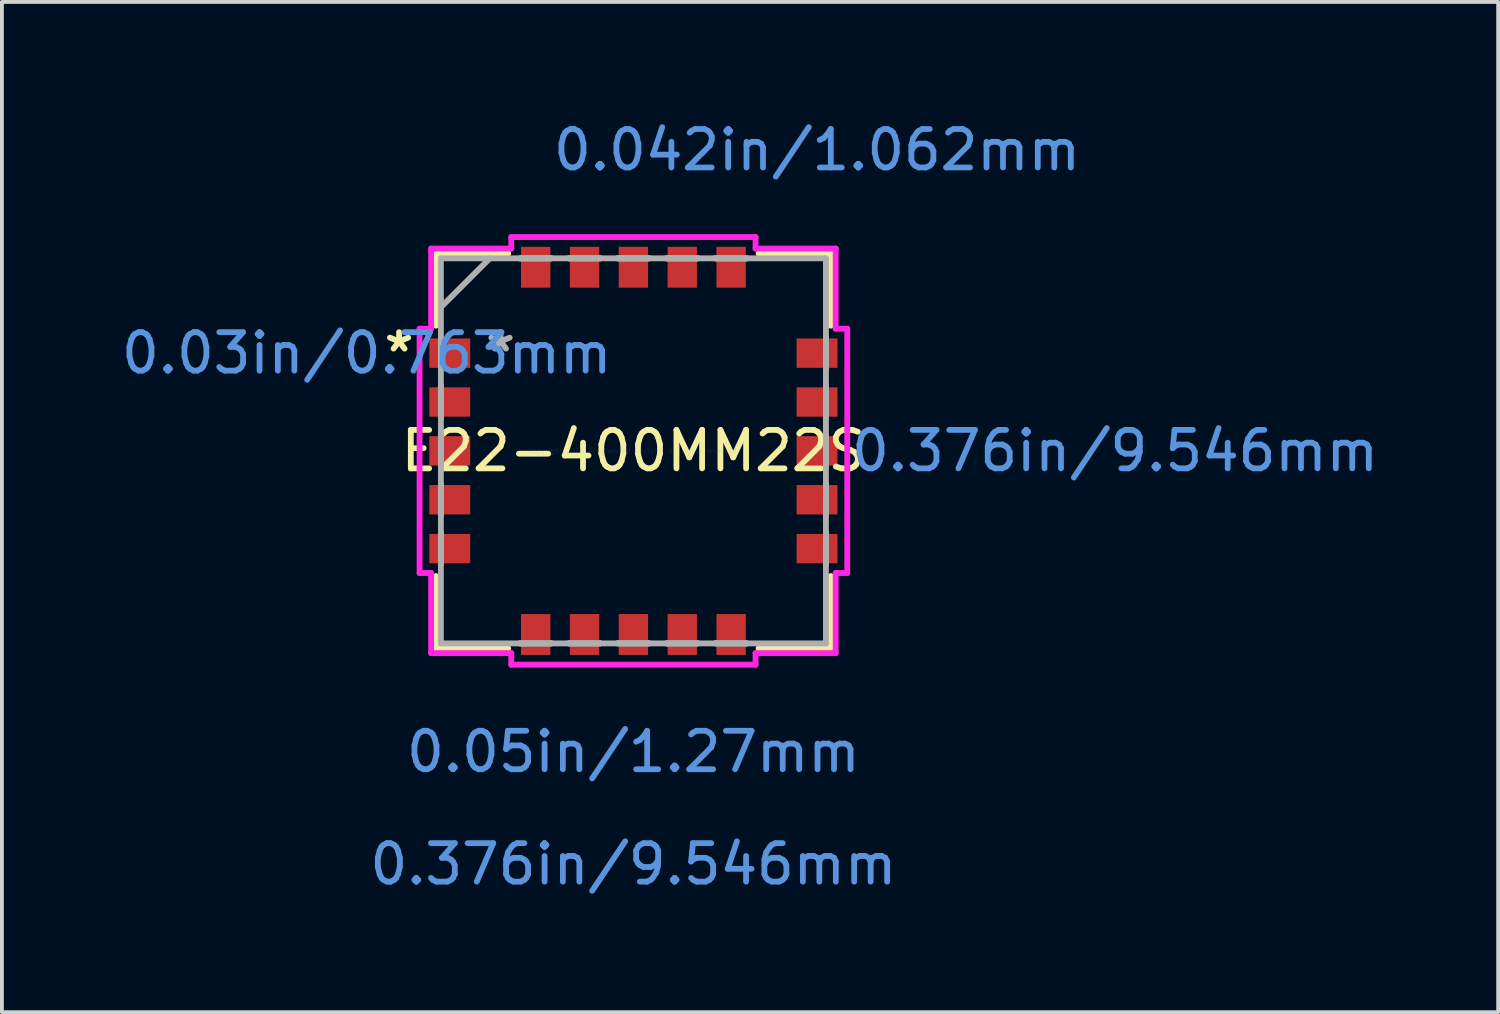
<source format=kicad_pcb>
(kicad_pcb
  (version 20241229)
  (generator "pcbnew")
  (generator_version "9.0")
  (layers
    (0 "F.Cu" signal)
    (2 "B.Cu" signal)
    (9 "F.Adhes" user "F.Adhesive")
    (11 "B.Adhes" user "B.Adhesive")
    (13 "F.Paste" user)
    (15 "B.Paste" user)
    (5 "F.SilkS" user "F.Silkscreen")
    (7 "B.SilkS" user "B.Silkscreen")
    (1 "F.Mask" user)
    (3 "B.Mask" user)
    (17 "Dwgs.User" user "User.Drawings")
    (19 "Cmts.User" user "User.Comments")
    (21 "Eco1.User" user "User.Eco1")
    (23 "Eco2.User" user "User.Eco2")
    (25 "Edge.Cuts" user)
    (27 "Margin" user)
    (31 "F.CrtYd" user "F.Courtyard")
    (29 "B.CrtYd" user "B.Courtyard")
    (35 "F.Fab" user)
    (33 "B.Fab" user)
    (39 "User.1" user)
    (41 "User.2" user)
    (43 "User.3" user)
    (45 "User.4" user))
  (footprint "E22-400MM22S"
    (layer "F.Cu")
    (at 13.414 8.669)
    (property "Reference" "E22-400MM22S" (at 0 0 0) (layer "F.SilkS") (effects (font (size 1 1) (thickness 0.15))))
    (attr through_hole)
    (fp_line (start -5.131 -5.131) (end -5.131 -3.254) (stroke (width 0.152) (type solid)) (layer "F.SilkS"))
    (fp_line (start -5.131 3.254) (end -5.131 5.131) (stroke (width 0.152) (type solid)) (layer "F.SilkS"))
    (fp_line (start -5.131 5.131) (end -3.254 5.131) (stroke (width 0.152) (type solid)) (layer "F.SilkS"))
    (fp_line (start -3.254 -5.131) (end -5.131 -5.131) (stroke (width 0.152) (type solid)) (layer "F.SilkS"))
    (fp_line (start 3.254 5.131) (end 5.131 5.131) (stroke (width 0.152) (type solid)) (layer "F.SilkS"))
    (fp_line (start 5.131 -5.131) (end 3.254 -5.131) (stroke (width 0.152) (type solid)) (layer "F.SilkS"))
    (fp_line (start 5.131 -3.254) (end 5.131 -5.131) (stroke (width 0.152) (type solid)) (layer "F.SilkS"))
    (fp_line (start 5.131 5.131) (end 5.131 3.254) (stroke (width 0.152) (type solid)) (layer "F.SilkS"))
    (fp_line (start -5.558 -3.175) (end -5.258 -3.175) (stroke (width 0.152) (type solid)) (layer "F.CrtYd"))
    (fp_line (start -5.558 3.175) (end -5.558 -3.175) (stroke (width 0.152) (type solid)) (layer "F.CrtYd"))
    (fp_line (start -5.258 -5.258) (end -3.175 -5.258) (stroke (width 0.152) (type solid)) (layer "F.CrtYd"))
    (fp_line (start -5.258 -3.175) (end -5.258 -5.258) (stroke (width 0.152) (type solid)) (layer "F.CrtYd"))
    (fp_line (start -5.258 3.175) (end -5.558 3.175) (stroke (width 0.152) (type solid)) (layer "F.CrtYd"))
    (fp_line (start -5.258 5.258) (end -5.258 3.175) (stroke (width 0.152) (type solid)) (layer "F.CrtYd"))
    (fp_line (start -3.175 -5.558) (end 3.175 -5.558) (stroke (width 0.152) (type solid)) (layer "F.CrtYd"))
    (fp_line (start -3.175 -5.258) (end -3.175 -5.558) (stroke (width 0.152) (type solid)) (layer "F.CrtYd"))
    (fp_line (start -3.175 5.258) (end -5.258 5.258) (stroke (width 0.152) (type solid)) (layer "F.CrtYd"))
    (fp_line (start -3.175 5.558) (end -3.175 5.258) (stroke (width 0.152) (type solid)) (layer "F.CrtYd"))
    (fp_line (start 3.175 -5.558) (end 3.175 -5.258) (stroke (width 0.152) (type solid)) (layer "F.CrtYd"))
    (fp_line (start 3.175 -5.258) (end 5.258 -5.258) (stroke (width 0.152) (type solid)) (layer "F.CrtYd"))
    (fp_line (start 3.175 5.258) (end 3.175 5.558) (stroke (width 0.152) (type solid)) (layer "F.CrtYd"))
    (fp_line (start 3.175 5.558) (end -3.175 5.558) (stroke (width 0.152) (type solid)) (layer "F.CrtYd"))
    (fp_line (start 5.258 -5.258) (end 5.258 -3.175) (stroke (width 0.152) (type solid)) (layer "F.CrtYd"))
    (fp_line (start 5.258 -3.175) (end 5.558 -3.175) (stroke (width 0.152) (type solid)) (layer "F.CrtYd"))
    (fp_line (start 5.258 3.175) (end 5.258 5.258) (stroke (width 0.152) (type solid)) (layer "F.CrtYd"))
    (fp_line (start 5.258 5.258) (end 3.175 5.258) (stroke (width 0.152) (type solid)) (layer "F.CrtYd"))
    (fp_line (start 5.558 -3.175) (end 5.558 3.175) (stroke (width 0.152) (type solid)) (layer "F.CrtYd"))
    (fp_line (start 5.558 3.175) (end 5.258 3.175) (stroke (width 0.152) (type solid)) (layer "F.CrtYd"))
    (fp_line (start -5.004 -5.004) (end -5.004 5.004) (stroke (width 0.152) (type solid)) (layer "F.Fab"))
    (fp_line (start -5.004 -3.734) (end -3.734 -5.004) (stroke (width 0.152) (type solid)) (layer "F.Fab"))
    (fp_line (start -5.004 -2.946) (end -5.004 -2.946) (stroke (width 0.152) (type solid)) (layer "F.Fab"))
    (fp_line (start -5.004 -2.946) (end -5.004 -2.134) (stroke (width 0.152) (type solid)) (layer "F.Fab"))
    (fp_line (start -5.004 -2.134) (end -5.004 -2.946) (stroke (width 0.152) (type solid)) (layer "F.Fab"))
    (fp_line (start -5.004 -2.134) (end -5.004 -2.134) (stroke (width 0.152) (type solid)) (layer "F.Fab"))
    (fp_line (start -5.004 -1.676) (end -5.004 -1.676) (stroke (width 0.152) (type solid)) (layer "F.Fab"))
    (fp_line (start -5.004 -1.676) (end -5.004 -0.864) (stroke (width 0.152) (type solid)) (layer "F.Fab"))
    (fp_line (start -5.004 -0.864) (end -5.004 -1.676) (stroke (width 0.152) (type solid)) (layer "F.Fab"))
    (fp_line (start -5.004 -0.864) (end -5.004 -0.864) (stroke (width 0.152) (type solid)) (layer "F.Fab"))
    (fp_line (start -5.004 -0.406) (end -5.004 -0.406) (stroke (width 0.152) (type solid)) (layer "F.Fab"))
    (fp_line (start -5.004 -0.406) (end -5.004 0.406) (stroke (width 0.152) (type solid)) (layer "F.Fab"))
    (fp_line (start -5.004 0.406) (end -5.004 -0.406) (stroke (width 0.152) (type solid)) (layer "F.Fab"))
    (fp_line (start -5.004 0.406) (end -5.004 0.406) (stroke (width 0.152) (type solid)) (layer "F.Fab"))
    (fp_line (start -5.004 0.864) (end -5.004 0.864) (stroke (width 0.152) (type solid)) (layer "F.Fab"))
    (fp_line (start -5.004 0.864) (end -5.004 1.676) (stroke (width 0.152) (type solid)) (layer "F.Fab"))
    (fp_line (start -5.004 1.676) (end -5.004 0.864) (stroke (width 0.152) (type solid)) (layer "F.Fab"))
    (fp_line (start -5.004 1.676) (end -5.004 1.676) (stroke (width 0.152) (type solid)) (layer "F.Fab"))
    (fp_line (start -5.004 2.134) (end -5.004 2.134) (stroke (width 0.152) (type solid)) (layer "F.Fab"))
    (fp_line (start -5.004 2.134) (end -5.004 2.946) (stroke (width 0.152) (type solid)) (layer "F.Fab"))
    (fp_line (start -5.004 2.946) (end -5.004 2.134) (stroke (width 0.152) (type solid)) (layer "F.Fab"))
    (fp_line (start -5.004 2.946) (end -5.004 2.946) (stroke (width 0.152) (type solid)) (layer "F.Fab"))
    (fp_line (start -5.004 5.004) (end 5.004 5.004) (stroke (width 0.152) (type solid)) (layer "F.Fab"))
    (fp_line (start -2.946 -5.004) (end -2.946 -5.004) (stroke (width 0.152) (type solid)) (layer "F.Fab"))
    (fp_line (start -2.946 -5.004) (end -2.134 -5.004) (stroke (width 0.152) (type solid)) (layer "F.Fab"))
    (fp_line (start -2.946 5.004) (end -2.946 5.004) (stroke (width 0.152) (type solid)) (layer "F.Fab"))
    (fp_line (start -2.946 5.004) (end -2.134 5.004) (stroke (width 0.152) (type solid)) (layer "F.Fab"))
    (fp_line (start -2.134 -5.004) (end -2.946 -5.004) (stroke (width 0.152) (type solid)) (layer "F.Fab"))
    (fp_line (start -2.134 -5.004) (end -2.134 -5.004) (stroke (width 0.152) (type solid)) (layer "F.Fab"))
    (fp_line (start -2.134 5.004) (end -2.946 5.004) (stroke (width 0.152) (type solid)) (layer "F.Fab"))
    (fp_line (start -2.134 5.004) (end -2.134 5.004) (stroke (width 0.152) (type solid)) (layer "F.Fab"))
    (fp_line (start -1.676 -5.004) (end -1.676 -5.004) (stroke (width 0.152) (type solid)) (layer "F.Fab"))
    (fp_line (start -1.676 -5.004) (end -0.864 -5.004) (stroke (width 0.152) (type solid)) (layer "F.Fab"))
    (fp_line (start -1.676 5.004) (end -1.676 5.004) (stroke (width 0.152) (type solid)) (layer "F.Fab"))
    (fp_line (start -1.676 5.004) (end -0.864 5.004) (stroke (width 0.152) (type solid)) (layer "F.Fab"))
    (fp_line (start -0.864 -5.004) (end -1.676 -5.004) (stroke (width 0.152) (type solid)) (layer "F.Fab"))
    (fp_line (start -0.864 -5.004) (end -0.864 -5.004) (stroke (width 0.152) (type solid)) (layer "F.Fab"))
    (fp_line (start -0.864 5.004) (end -1.676 5.004) (stroke (width 0.152) (type solid)) (layer "F.Fab"))
    (fp_line (start -0.864 5.004) (end -0.864 5.004) (stroke (width 0.152) (type solid)) (layer "F.Fab"))
    (fp_line (start -0.406 -5.004) (end -0.406 -5.004) (stroke (width 0.152) (type solid)) (layer "F.Fab"))
    (fp_line (start -0.406 -5.004) (end 0.406 -5.004) (stroke (width 0.152) (type solid)) (layer "F.Fab"))
    (fp_line (start -0.406 5.004) (end -0.406 5.004) (stroke (width 0.152) (type solid)) (layer "F.Fab"))
    (fp_line (start -0.406 5.004) (end 0.406 5.004) (stroke (width 0.152) (type solid)) (layer "F.Fab"))
    (fp_line (start 0.406 -5.004) (end -0.406 -5.004) (stroke (width 0.152) (type solid)) (layer "F.Fab"))
    (fp_line (start 0.406 -5.004) (end 0.406 -5.004) (stroke (width 0.152) (type solid)) (layer "F.Fab"))
    (fp_line (start 0.406 5.004) (end -0.406 5.004) (stroke (width 0.152) (type solid)) (layer "F.Fab"))
    (fp_line (start 0.406 5.004) (end 0.406 5.004) (stroke (width 0.152) (type solid)) (layer "F.Fab"))
    (fp_line (start 0.864 -5.004) (end 0.864 -5.004) (stroke (width 0.152) (type solid)) (layer "F.Fab"))
    (fp_line (start 0.864 -5.004) (end 1.676 -5.004) (stroke (width 0.152) (type solid)) (layer "F.Fab"))
    (fp_line (start 0.864 5.004) (end 0.864 5.004) (stroke (width 0.152) (type solid)) (layer "F.Fab"))
    (fp_line (start 0.864 5.004) (end 1.676 5.004) (stroke (width 0.152) (type solid)) (layer "F.Fab"))
    (fp_line (start 1.676 -5.004) (end 0.864 -5.004) (stroke (width 0.152) (type solid)) (layer "F.Fab"))
    (fp_line (start 1.676 -5.004) (end 1.676 -5.004) (stroke (width 0.152) (type solid)) (layer "F.Fab"))
    (fp_line (start 1.676 5.004) (end 0.864 5.004) (stroke (width 0.152) (type solid)) (layer "F.Fab"))
    (fp_line (start 1.676 5.004) (end 1.676 5.004) (stroke (width 0.152) (type solid)) (layer "F.Fab"))
    (fp_line (start 2.134 -5.004) (end 2.134 -5.004) (stroke (width 0.152) (type solid)) (layer "F.Fab"))
    (fp_line (start 2.134 -5.004) (end 2.946 -5.004) (stroke (width 0.152) (type solid)) (layer "F.Fab"))
    (fp_line (start 2.134 5.004) (end 2.134 5.004) (stroke (width 0.152) (type solid)) (layer "F.Fab"))
    (fp_line (start 2.134 5.004) (end 2.946 5.004) (stroke (width 0.152) (type solid)) (layer "F.Fab"))
    (fp_line (start 2.946 -5.004) (end 2.134 -5.004) (stroke (width 0.152) (type solid)) (layer "F.Fab"))
    (fp_line (start 2.946 -5.004) (end 2.946 -5.004) (stroke (width 0.152) (type solid)) (layer "F.Fab"))
    (fp_line (start 2.946 5.004) (end 2.134 5.004) (stroke (width 0.152) (type solid)) (layer "F.Fab"))
    (fp_line (start 2.946 5.004) (end 2.946 5.004) (stroke (width 0.152) (type solid)) (layer "F.Fab"))
    (fp_line (start 5.004 -5.004) (end -5.004 -5.004) (stroke (width 0.152) (type solid)) (layer "F.Fab"))
    (fp_line (start 5.004 -2.946) (end 5.004 -2.946) (stroke (width 0.152) (type solid)) (layer "F.Fab"))
    (fp_line (start 5.004 -2.946) (end 5.004 -2.134) (stroke (width 0.152) (type solid)) (layer "F.Fab"))
    (fp_line (start 5.004 -2.134) (end 5.004 -2.946) (stroke (width 0.152) (type solid)) (layer "F.Fab"))
    (fp_line (start 5.004 -2.134) (end 5.004 -2.134) (stroke (width 0.152) (type solid)) (layer "F.Fab"))
    (fp_line (start 5.004 -1.676) (end 5.004 -1.676) (stroke (width 0.152) (type solid)) (layer "F.Fab"))
    (fp_line (start 5.004 -1.676) (end 5.004 -0.864) (stroke (width 0.152) (type solid)) (layer "F.Fab"))
    (fp_line (start 5.004 -0.864) (end 5.004 -1.676) (stroke (width 0.152) (type solid)) (layer "F.Fab"))
    (fp_line (start 5.004 -0.864) (end 5.004 -0.864) (stroke (width 0.152) (type solid)) (layer "F.Fab"))
    (fp_line (start 5.004 -0.406) (end 5.004 -0.406) (stroke (width 0.152) (type solid)) (layer "F.Fab"))
    (fp_line (start 5.004 -0.406) (end 5.004 0.406) (stroke (width 0.152) (type solid)) (layer "F.Fab"))
    (fp_line (start 5.004 0.406) (end 5.004 -0.406) (stroke (width 0.152) (type solid)) (layer "F.Fab"))
    (fp_line (start 5.004 0.406) (end 5.004 0.406) (stroke (width 0.152) (type solid)) (layer "F.Fab"))
    (fp_line (start 5.004 0.864) (end 5.004 0.864) (stroke (width 0.152) (type solid)) (layer "F.Fab"))
    (fp_line (start 5.004 0.864) (end 5.004 1.676) (stroke (width 0.152) (type solid)) (layer "F.Fab"))
    (fp_line (start 5.004 1.676) (end 5.004 0.864) (stroke (width 0.152) (type solid)) (layer "F.Fab"))
    (fp_line (start 5.004 1.676) (end 5.004 1.676) (stroke (width 0.152) (type solid)) (layer "F.Fab"))
    (fp_line (start 5.004 2.134) (end 5.004 2.134) (stroke (width 0.152) (type solid)) (layer "F.Fab"))
    (fp_line (start 5.004 2.134) (end 5.004 2.946) (stroke (width 0.152) (type solid)) (layer "F.Fab"))
    (fp_line (start 5.004 2.946) (end 5.004 2.134) (stroke (width 0.152) (type solid)) (layer "F.Fab"))
    (fp_line (start 5.004 2.946) (end 5.004 2.946) (stroke (width 0.152) (type solid)) (layer "F.Fab"))
    (fp_line (start 5.004 5.004) (end 5.004 -5.004) (stroke (width 0.152) (type solid)) (layer "F.Fab"))
    (fp_text user "*" (at -6.091 -2.54 0) (layer "F.SilkS") (effects (font (size 1 1) (thickness 0.15))))
    (fp_text user "Copyright 2016 Accelerated Designs. All rights reserved." (at 0 0 0) (layer "Cmts.User") (effects (font (size 0.127 0.127) (thickness 0.002))))
    (fp_text user "0.376in/9.546mm" (at 12.519 0 0) (layer "Cmts.User") (effects (font (size 1 1) (thickness 0.15))))
    (fp_text user "0.05in/1.27mm" (at 0 7.821 0) (layer "Cmts.User") (effects (font (size 1 1) (thickness 0.15))))
    (fp_text user "0.042in/1.062mm" (at 4.773 -7.821 0) (layer "Cmts.User") (effects (font (size 1 1) (thickness 0.15))))
    (fp_text user "0.03in/0.763mm" (at -6.932 -2.54 0) (layer "Cmts.User") (effects (font (size 1 1) (thickness 0.15))))
    (fp_text user "0.376in/9.546mm" (at 0 10.742 0) (layer "Cmts.User") (effects (font (size 1 1) (thickness 0.15))))
    (fp_text user "*" (at -3.454 -2.54 0) (layer "F.Fab") (effects (font (size 1 1) (thickness 0.15))))
    (pad "1" smd rect (at -4.773 -2.54 90) (size 0.763 1.062) (layers "F.Cu" "F.Mask" "F.Paste"))
    (pad "2" smd rect (at -4.773 -1.27 90) (size 0.763 1.062) (layers "F.Cu" "F.Mask" "F.Paste"))
    (pad "3" smd rect (at -4.773 0 90) (size 0.763 1.062) (layers "F.Cu" "F.Mask" "F.Paste"))
    (pad "4" smd rect (at -4.773 1.27 90) (size 0.763 1.062) (layers "F.Cu" "F.Mask" "F.Paste"))
    (pad "5" smd rect (at -4.773 2.54 90) (size 0.763 1.062) (layers "F.Cu" "F.Mask" "F.Paste"))
    (pad "6" smd rect (at -2.54 4.773) (size 0.763 1.062) (layers "F.Cu" "F.Mask" "F.Paste"))
    (pad "7" smd rect (at -1.27 4.773) (size 0.763 1.062) (layers "F.Cu" "F.Mask" "F.Paste"))
    (pad "8" smd rect (at 0 4.773) (size 0.763 1.062) (layers "F.Cu" "F.Mask" "F.Paste"))
    (pad "9" smd rect (at 1.27 4.773) (size 0.763 1.062) (layers "F.Cu" "F.Mask" "F.Paste"))
    (pad "10" smd rect (at 2.54 4.773) (size 0.763 1.062) (layers "F.Cu" "F.Mask" "F.Paste"))
    (pad "11" smd rect (at 4.773 2.54 90) (size 0.763 1.062) (layers "F.Cu" "F.Mask" "F.Paste"))
    (pad "12" smd rect (at 4.773 1.27 90) (size 0.763 1.062) (layers "F.Cu" "F.Mask" "F.Paste"))
    (pad "13" smd rect (at 4.773 0 90) (size 0.763 1.062) (layers "F.Cu" "F.Mask" "F.Paste"))
    (pad "14" smd rect (at 4.773 -1.27 90) (size 0.763 1.062) (layers "F.Cu" "F.Mask" "F.Paste"))
    (pad "15" smd rect (at 4.773 -2.54 90) (size 0.763 1.062) (layers "F.Cu" "F.Mask" "F.Paste"))
    (pad "16" smd rect (at 2.54 -4.773) (size 0.763 1.062) (layers "F.Cu" "F.Mask" "F.Paste"))
    (pad "17" smd rect (at 1.27 -4.773) (size 0.763 1.062) (layers "F.Cu" "F.Mask" "F.Paste"))
    (pad "18" smd rect (at 0 -4.773) (size 0.763 1.062) (layers "F.Cu" "F.Mask" "F.Paste"))
    (pad "19" smd rect (at -1.27 -4.773) (size 0.763 1.062) (layers "F.Cu" "F.Mask" "F.Paste"))
    (pad "20" smd rect (at -2.54 -4.773) (size 0.763 1.062) (layers "F.Cu" "F.Mask" "F.Paste")))
  (gr_rect
    (start -3 -3)
    (end 35.892 23.259)
    (stroke (width 0.1) (type default))
    (fill no)
    (layer "Edge.Cuts")))
</source>
